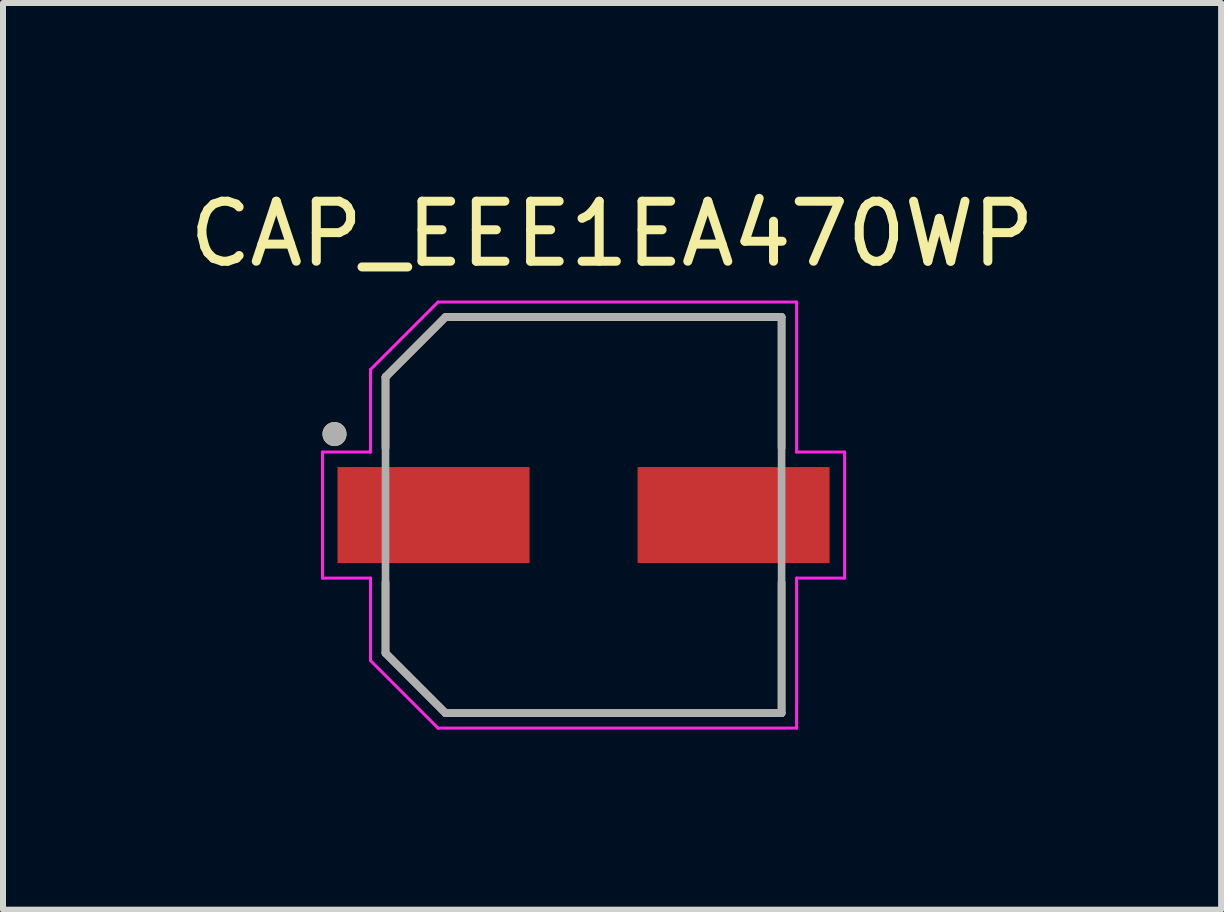
<source format=kicad_pcb>
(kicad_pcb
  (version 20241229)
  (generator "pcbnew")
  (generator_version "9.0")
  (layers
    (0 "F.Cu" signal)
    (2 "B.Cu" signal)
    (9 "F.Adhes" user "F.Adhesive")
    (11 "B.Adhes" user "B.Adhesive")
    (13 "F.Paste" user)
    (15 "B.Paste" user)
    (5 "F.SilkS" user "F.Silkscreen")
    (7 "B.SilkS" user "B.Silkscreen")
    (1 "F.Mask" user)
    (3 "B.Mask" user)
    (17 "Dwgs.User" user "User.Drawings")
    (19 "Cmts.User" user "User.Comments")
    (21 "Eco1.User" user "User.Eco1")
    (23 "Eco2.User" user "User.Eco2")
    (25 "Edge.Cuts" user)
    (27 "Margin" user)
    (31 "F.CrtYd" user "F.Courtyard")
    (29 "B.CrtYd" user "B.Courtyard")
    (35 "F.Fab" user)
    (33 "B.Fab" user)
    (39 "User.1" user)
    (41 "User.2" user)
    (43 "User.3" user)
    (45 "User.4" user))
  (footprint "CAP_EEE1EA470WP"
    (layer "F.Cu")
    (at 6.674 5.533)
    (property "Reference" "CAP_EEE1EA470WP" (at 0.475 -4.685 0) (layer "F.SilkS") (effects (font (size 1 1) (thickness 0.15))))
    (attr through_hole)
    (fp_line (start -3.3 -2.3) (end -3.3 -1.12) (stroke (width 0.127) (type solid)) (layer "F.SilkS"))
    (fp_line (start -3.3 1.12) (end -3.3 2.3) (stroke (width 0.127) (type solid)) (layer "F.SilkS"))
    (fp_line (start -3.3 2.3) (end -2.3 3.3) (stroke (width 0.127) (type solid)) (layer "F.SilkS"))
    (fp_line (start -2.3 -3.3) (end -3.3 -2.3) (stroke (width 0.127) (type solid)) (layer "F.SilkS"))
    (fp_line (start -2.3 3.3) (end 3.3 3.3) (stroke (width 0.127) (type solid)) (layer "F.SilkS"))
    (fp_line (start 3.3 -3.3) (end -2.3 -3.3) (stroke (width 0.127) (type solid)) (layer "F.SilkS"))
    (fp_line (start 3.3 -1.12) (end 3.3 -3.3) (stroke (width 0.127) (type solid)) (layer "F.SilkS"))
    (fp_line (start 3.3 3.3) (end 3.3 1.12) (stroke (width 0.127) (type solid)) (layer "F.SilkS"))
    (fp_circle (center -4.15 -1.35) (end -4.05 -1.35) (stroke (width 0.2) (type solid)) (fill no) (layer "F.SilkS"))
    (fp_line (start -4.35 -1.05) (end -3.55 -1.05) (stroke (width 0.05) (type solid)) (layer "F.CrtYd"))
    (fp_line (start -4.35 1.05) (end -4.35 -1.05) (stroke (width 0.05) (type solid)) (layer "F.CrtYd"))
    (fp_line (start -3.55 -2.425) (end -2.425 -3.55) (stroke (width 0.05) (type solid)) (layer "F.CrtYd"))
    (fp_line (start -3.55 -1.05) (end -3.55 -2.425) (stroke (width 0.05) (type solid)) (layer "F.CrtYd"))
    (fp_line (start -3.55 1.05) (end -4.35 1.05) (stroke (width 0.05) (type solid)) (layer "F.CrtYd"))
    (fp_line (start -3.55 2.425) (end -3.55 1.05) (stroke (width 0.05) (type solid)) (layer "F.CrtYd"))
    (fp_line (start -2.425 -3.55) (end 3.55 -3.55) (stroke (width 0.05) (type solid)) (layer "F.CrtYd"))
    (fp_line (start -2.425 3.55) (end -3.55 2.425) (stroke (width 0.05) (type solid)) (layer "F.CrtYd"))
    (fp_line (start 3.55 -3.55) (end 3.55 -1.05) (stroke (width 0.05) (type solid)) (layer "F.CrtYd"))
    (fp_line (start 3.55 -1.05) (end 4.35 -1.05) (stroke (width 0.05) (type solid)) (layer "F.CrtYd"))
    (fp_line (start 3.55 1.05) (end 3.55 3.55) (stroke (width 0.05) (type solid)) (layer "F.CrtYd"))
    (fp_line (start 3.55 3.55) (end -2.425 3.55) (stroke (width 0.05) (type solid)) (layer "F.CrtYd"))
    (fp_line (start 4.35 -1.05) (end 4.35 1.05) (stroke (width 0.05) (type solid)) (layer "F.CrtYd"))
    (fp_line (start 4.35 1.05) (end 3.55 1.05) (stroke (width 0.05) (type solid)) (layer "F.CrtYd"))
    (fp_line (start -3.3 -2.3) (end -3.3 2.3) (stroke (width 0.127) (type solid)) (layer "F.Fab"))
    (fp_line (start -3.3 2.3) (end -2.3 3.3) (stroke (width 0.127) (type solid)) (layer "F.Fab"))
    (fp_line (start -2.3 -3.3) (end -3.3 -2.3) (stroke (width 0.127) (type solid)) (layer "F.Fab"))
    (fp_line (start -2.3 3.3) (end 3.3 3.3) (stroke (width 0.127) (type solid)) (layer "F.Fab"))
    (fp_line (start 3.3 -3.3) (end -2.3 -3.3) (stroke (width 0.127) (type solid)) (layer "F.Fab"))
    (fp_line (start 3.3 3.3) (end 3.3 -3.3) (stroke (width 0.127) (type solid)) (layer "F.Fab"))
    (fp_circle (center -4.15 -1.35) (end -4.05 -1.35) (stroke (width 0.2) (type solid)) (fill no) (layer "F.Fab"))
    (pad "1" smd rect (at -2.5 0) (size 3.2 1.6) (layers "F.Cu" "F.Mask" "F.Paste"))
    (pad "2" smd rect (at 2.5 0) (size 3.2 1.6) (layers "F.Cu" "F.Mask" "F.Paste")))
  (gr_rect
    (start -3 -3)
    (end 17.298 12.108)
    (stroke (width 0.1) (type default))
    (fill no)
    (layer "Edge.Cuts")))
</source>
